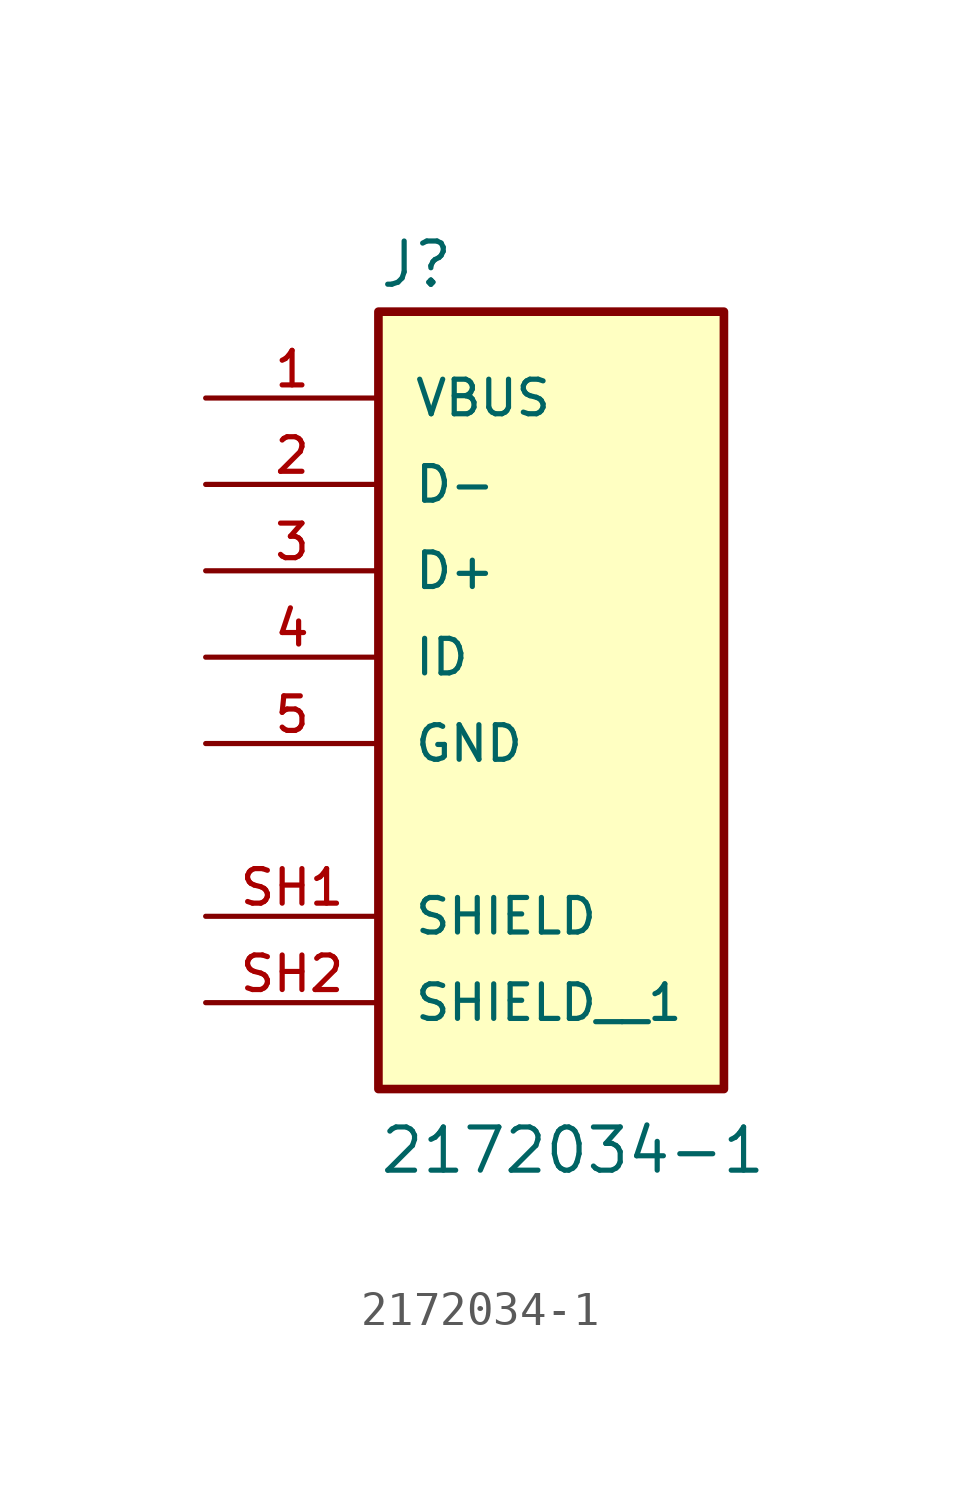
<source format=kicad_sym>
(kicad_symbol_lib
  (version 20211014)
  (generator kicad_symbol_editor)
  (symbol "2172034-1"
    (pin_names
      (offset 1.016))
    (property "Reference" "J"
      (at -5.089 10.804 0)
      (effects (font (size 1.27 1.27)) (justify bottom left)))
    (property "Value" "2172034-1"
      (at -5.086 -15.249 0)
      (effects (font (size 1.27 1.27)) (justify bottom left)))
    (symbol "2172034-1_0_0"
      (rectangle (start -5.08 -12.7) (end 5.08 10.16) (stroke (width 0.254)) (fill (type background)))
      (pin power_in line (at -10.16 7.62 0) (length 5.08) (name "VBUS" (effects (font (size 1.016 1.016)))) (number "1" (effects (font (size 1.016 1.016)))))
      (pin bidirectional line (at -10.16 5.08 0) (length 5.08) (name "D-" (effects (font (size 1.016 1.016)))) (number "2" (effects (font (size 1.016 1.016)))))
      (pin bidirectional line (at -10.16 2.54 0) (length 5.08) (name "D+" (effects (font (size 1.016 1.016)))) (number "3" (effects (font (size 1.016 1.016)))))
      (pin passive line (at -10.16 0.0 0) (length 5.08) (name "ID" (effects (font (size 1.016 1.016)))) (number "4" (effects (font (size 1.016 1.016)))))
      (pin power_in line (at -10.16 -2.54 0) (length 5.08) (name "GND" (effects (font (size 1.016 1.016)))) (number "5" (effects (font (size 1.016 1.016)))))
      (pin power_in line (at -10.16 -7.62 0) (length 5.08) (name "SHIELD" (effects (font (size 1.016 1.016)))) (number "SH1" (effects (font (size 1.016 1.016)))))
      (pin power_in line (at -10.16 -10.16 0) (length 5.08) (name "SHIELD__1" (effects (font (size 1.016 1.016)))) (number "SH2" (effects (font (size 1.016 1.016))))))))
</source>
